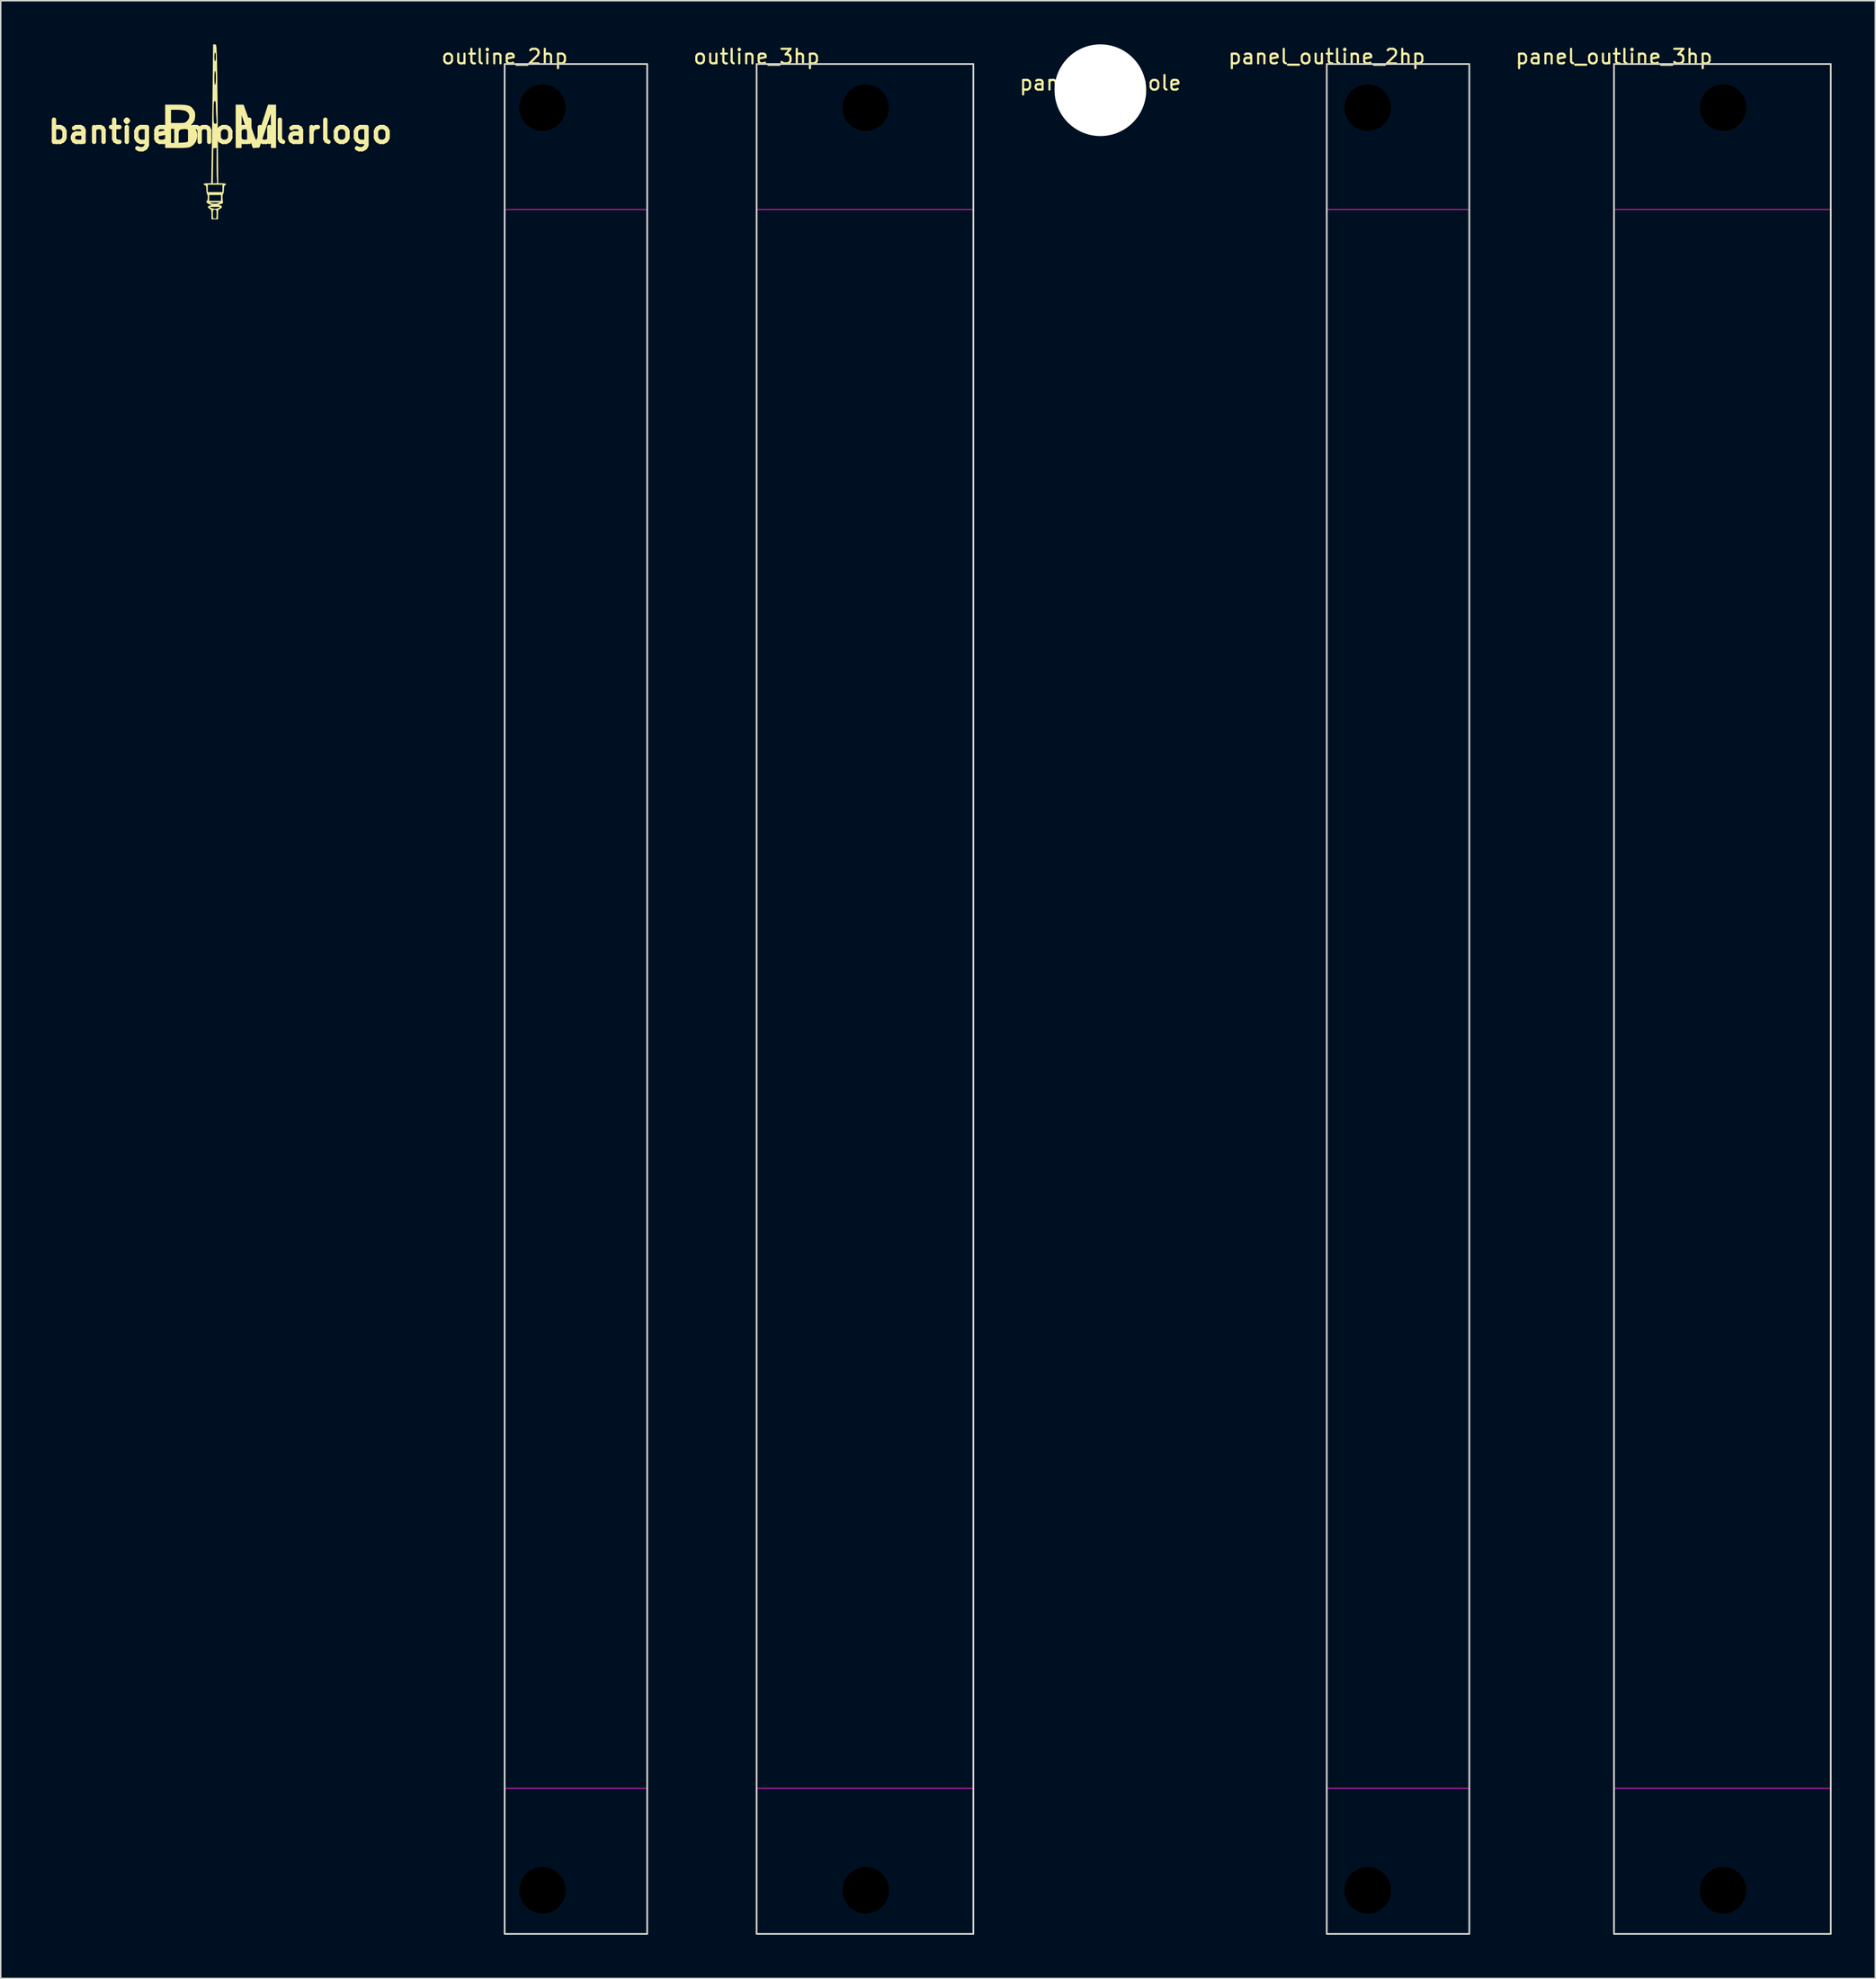
<source format=kicad_pcb>
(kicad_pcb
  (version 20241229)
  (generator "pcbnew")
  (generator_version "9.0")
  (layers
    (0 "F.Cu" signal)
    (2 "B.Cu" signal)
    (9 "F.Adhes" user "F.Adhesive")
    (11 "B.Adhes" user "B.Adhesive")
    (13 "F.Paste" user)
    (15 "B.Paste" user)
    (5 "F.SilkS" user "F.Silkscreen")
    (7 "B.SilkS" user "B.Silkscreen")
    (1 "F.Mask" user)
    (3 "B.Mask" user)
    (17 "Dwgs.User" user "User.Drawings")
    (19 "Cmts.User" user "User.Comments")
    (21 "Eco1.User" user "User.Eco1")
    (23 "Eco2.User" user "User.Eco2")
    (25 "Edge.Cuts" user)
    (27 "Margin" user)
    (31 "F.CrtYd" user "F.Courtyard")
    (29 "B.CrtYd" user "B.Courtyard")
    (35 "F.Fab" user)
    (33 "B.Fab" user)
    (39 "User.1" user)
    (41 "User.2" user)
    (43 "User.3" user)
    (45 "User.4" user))
  (footprint "panel_outline_2hp"
    (layer "F.Cu")
    (at 88.15 1.348)
    (property "Reference" "panel_outline_2hp" (at 0 -0.5 0) (unlocked yes) (layer "F.SilkS") (effects (font (size 1 1) (thickness 0.15))))
    (fp_rect (start 0 0) (end 9.8 128.5) (stroke (width 0.12) (type solid)) (fill no) (layer "Edge.Cuts"))
    (fp_rect (start 0 10) (end 9.8 118.5) (stroke (width 0.05) (type solid)) (fill no) (layer "F.CrtYd"))
    (pad "" np_thru_hole circle (at 2.82 3) (size 3.2 3.2) (drill oval 4 3.2) (layers "*.Mask"))
    (pad "" np_thru_hole circle (at 2.82 125.5) (size 3.2 3.2) (drill oval 4 3.2) (layers "*.Mask")))
  (footprint "outline_3hp"
    (layer "F.Cu")
    (at 48.958 1.348)
    (property "Reference" "outline_3hp" (at 0 -0.5 0) (unlocked yes) (layer "F.SilkS") (effects (font (size 1 1) (thickness 0.15))))
    (fp_rect (start 0 0) (end 14.9 128.5) (stroke (width 0.12) (type solid)) (fill no) (layer "Edge.Cuts"))
    (fp_rect (start 0 10) (end 14.9 118.5) (stroke (width 0.05) (type solid)) (fill no) (layer "F.CrtYd"))
    (pad "" np_thru_hole circle (at 7.5 3) (size 3.2 3.2) (drill oval 4.2 3.2) (layers "*.Mask"))
    (pad "" np_thru_hole circle (at 7.5 125.5) (size 3.2 3.2) (drill oval 4.2 3.2) (layers "*.Mask")))
  (footprint "outline_2hp"
    (layer "F.Cu")
    (at 31.639 1.348)
    (property "Reference" "outline_2hp" (at 0 -0.5 0) (unlocked yes) (layer "F.SilkS") (effects (font (size 1 1) (thickness 0.15))))
    (fp_rect (start 0 0) (end 9.8 128.5) (stroke (width 0.12) (type solid)) (fill no) (layer "Edge.Cuts"))
    (fp_rect (start 0 10) (end 9.8 118.5) (stroke (width 0.05) (type solid)) (fill no) (layer "F.CrtYd"))
    (pad "" np_thru_hole circle (at 2.6 3) (size 3.2 3.2) (drill oval 4 3.2) (layers "*.Mask"))
    (pad "" np_thru_hole circle (at 2.6 125.5) (size 3.2 3.2) (drill oval 4 3.2) (layers "*.Mask")))
  (footprint "panel_outline_3hp"
    (layer "F.Cu")
    (at 107.897 1.348)
    (property "Reference" "panel_outline_3hp" (at 0 -0.5 0) (unlocked yes) (layer "F.SilkS") (effects (font (size 1 1) (thickness 0.15))))
    (fp_rect (start 0 0) (end 14.9 128.5) (stroke (width 0.12) (type solid)) (fill no) (layer "Edge.Cuts"))
    (fp_rect (start 0 10) (end 14.9 118.5) (stroke (width 0.05) (type solid)) (fill no) (layer "F.CrtYd"))
    (pad "" np_thru_hole circle (at 7.5 3) (size 3.2 3.2) (drill oval 4.2 3.2) (layers "*.Mask"))
    (pad "" np_thru_hole circle (at 7.5 125.5) (size 3.2 3.2) (drill oval 4.2 3.2) (layers "*.Mask")))
  (footprint "bantigermodularlogo"
    (layer "F.Cu")
    (at 12.09 6.009)
    (property "Reference" "bantigermodularlogo" (at 0 0 0) (layer "F.SilkS") (effects (font (size 1.524 1.524) (thickness 0.3))))
    (attr board_only exclude_from_pos_files exclude_from_bom)
    (fp_poly (pts (xy 1.806 -1.3) (xy 1.904 -1.019) (xy 2.018 -0.686) (xy 2.133 -0.344) (xy 2.226 -0.064) (xy 2.307 0.173) (xy 2.38 0.368) (xy 2.437 0.505) (xy 2.473 0.566) (xy 2.479 0.567) (xy 2.503 0.511) (xy 2.553 0.372) (xy 2.625 0.163) (xy 2.714 -0.102) (xy 2.814 -0.409) (xy 2.899 -0.669) (xy 3.285 -1.868) (xy 3.838 -1.868) (xy 3.838 1.111) (xy 3.484 1.111) (xy 3.48 -0.063) (xy 3.476 -1.237) (xy 3.085 -0.076) (xy 2.694 1.086) (xy 2.467 1.101) (xy 2.24 1.116) (xy 1.471 -1.136) (xy 1.468 -0.013) (xy 1.464 1.111) (xy 1.06 1.111) (xy 1.06 -1.868) (xy 1.605 -1.868)) (stroke (width 0) (type solid)) (fill yes) (layer "F.SilkS"))
    (fp_poly (pts (xy -3.042 -1.868) (xy -2.692 -1.864) (xy -2.425 -1.848) (xy -2.226 -1.815) (xy -2.077 -1.76) (xy -1.961 -1.678) (xy -1.863 -1.566) (xy -1.827 -1.515) (xy -1.756 -1.389) (xy -1.726 -1.26) (xy -1.726 -1.084) (xy -1.728 -1.048) (xy -1.752 -0.856) (xy -1.803 -0.721) (xy -1.896 -0.6) (xy -1.897 -0.599) (xy -1.984 -0.495) (xy -2.002 -0.438) (xy -1.97 -0.414) (xy -1.886 -0.362) (xy -1.777 -0.269) (xy -1.759 -0.252) (xy -1.629 -0.056) (xy -1.575 0.178) (xy -1.592 0.425) (xy -1.674 0.664) (xy -1.818 0.871) (xy -2.019 1.021) (xy -2.021 1.022) (xy -2.107 1.057) (xy -2.217 1.082) (xy -2.367 1.098) (xy -2.575 1.107) (xy -2.86 1.111) (xy -2.992 1.111) (xy -3.787 1.111) (xy -3.787 0.766) (xy -3.383 0.766) (xy -2.829 0.749) (xy -2.582 0.74) (xy -2.414 0.727) (xy -2.304 0.706) (xy -2.229 0.673) (xy -2.167 0.622) (xy -2.151 0.606) (xy -2.036 0.425) (xy -2.007 0.223) (xy -2.064 0.029) (xy -2.144 -0.078) (xy -2.205 -0.133) (xy -2.271 -0.168) (xy -2.366 -0.189) (xy -2.51 -0.199) (xy -2.725 -0.202) (xy -2.826 -0.202) (xy -3.383 -0.202) (xy -3.383 0.766) (xy -3.787 0.766) (xy -3.787 -0.606) (xy -3.383 -0.606) (xy -2.9 -0.606) (xy -2.674 -0.608) (xy -2.524 -0.616) (xy -2.425 -0.637) (xy -2.352 -0.677) (xy -2.28 -0.742) (xy -2.268 -0.754) (xy -2.148 -0.931) (xy -2.122 -1.112) (xy -2.186 -1.279) (xy -2.336 -1.412) (xy -2.401 -1.443) (xy -2.548 -1.481) (xy -2.759 -1.507) (xy -2.978 -1.515) (xy -3.383 -1.515) (xy -3.383 -0.606) (xy -3.787 -0.606) (xy -3.787 -1.868)) (stroke (width 0) (type solid)) (fill yes) (layer "F.SilkS"))
    (fp_poly (pts (xy -0.334 -6.005) (xy -0.303 -5.984) (xy -0.281 -5.93) (xy -0.265 -5.828) (xy -0.253 -5.663) (xy -0.241 -5.42) (xy -0.234 -5.264) (xy -0.229 -5.094) (xy -0.223 -4.833) (xy -0.217 -4.49) (xy -0.21 -4.074) (xy -0.203 -3.596) (xy -0.196 -3.065) (xy -0.189 -2.489) (xy -0.183 -1.88) (xy -0.177 -1.246) (xy -0.171 -0.597) (xy -0.17 -0.492) (xy -0.137 3.535) (xy 0.133 3.535) (xy 0.296 3.547) (xy 0.39 3.578) (xy 0.403 3.621) (xy 0.328 3.668) (xy 0.279 3.724) (xy 0.256 3.855) (xy 0.252 3.966) (xy 0.243 4.124) (xy 0.217 4.237) (xy 0.196 4.271) (xy 0.163 4.347) (xy 0.159 4.514) (xy 0.166 4.606) (xy 0.193 4.907) (xy 0.033 4.963) (xy -0.071 5.002) (xy -0.086 5.024) (xy -0.018 5.045) (xy 0 5.049) (xy 0.103 5.103) (xy 0.115 5.18) (xy 0.038 5.264) (xy -0.013 5.292) (xy -0.088 5.335) (xy -0.13 5.393) (xy -0.148 5.494) (xy -0.151 5.665) (xy -0.151 5.684) (xy -0.151 6.009) (xy -0.606 6.009) (xy -0.606 5.68) (xy -0.606 5.656) (xy -0.505 5.656) (xy -0.502 5.824) (xy -0.488 5.914) (xy -0.451 5.951) (xy -0.383 5.959) (xy -0.379 5.959) (xy -0.309 5.952) (xy -0.271 5.917) (xy -0.256 5.83) (xy -0.252 5.666) (xy -0.252 5.656) (xy -0.255 5.488) (xy -0.27 5.397) (xy -0.306 5.36) (xy -0.374 5.353) (xy -0.379 5.353) (xy -0.449 5.359) (xy -0.486 5.394) (xy -0.502 5.482) (xy -0.505 5.645) (xy -0.505 5.656) (xy -0.606 5.656) (xy -0.609 5.5) (xy -0.626 5.393) (xy -0.663 5.334) (xy -0.731 5.293) (xy -0.732 5.293) (xy -0.837 5.217) (xy -0.841 5.178) (xy -0.716 5.178) (xy -0.684 5.203) (xy -0.631 5.228) (xy -0.391 5.294) (xy -0.17 5.26) (xy -0.101 5.226) (xy -0.046 5.191) (xy -0.044 5.17) (xy -0.108 5.159) (xy -0.251 5.156) (xy -0.379 5.157) (xy -0.575 5.159) (xy -0.684 5.165) (xy -0.716 5.178) (xy -0.841 5.178) (xy -0.845 5.14) (xy -0.758 5.079) (xy -0.72 5.067) (xy -0.582 5.033) (xy -0.758 4.974) (xy -0.864 4.919) (xy -0.89 4.893) (xy -0.691 4.893) (xy -0.682 4.898) (xy -0.565 4.927) (xy -0.408 4.941) (xy -0.379 4.942) (xy -0.221 4.931) (xy -0.092 4.904) (xy -0.076 4.898) (xy -0.062 4.875) (xy -0.148 4.861) (xy -0.335 4.855) (xy -0.379 4.855) (xy -0.583 4.859) (xy -0.687 4.872) (xy -0.691 4.893) (xy -0.89 4.893) (xy -0.938 4.847) (xy -0.965 4.782) (xy -0.929 4.748) (xy -0.913 4.747) (xy -0.757 4.747) (xy 0.05 4.747) (xy 0.05 4.343) (xy -0.757 4.343) (xy -0.757 4.747) (xy -0.913 4.747) (xy -0.88 4.703) (xy -0.862 4.596) (xy -0.86 4.464) (xy -0.874 4.343) (xy -0.904 4.271) (xy -0.909 4.267) (xy -0.937 4.203) (xy -0.946 4.141) (xy -0.858 4.141) (xy 0.151 4.141) (xy 0.151 3.636) (xy -0.858 3.636) (xy -0.858 4.141) (xy -0.946 4.141) (xy -0.956 4.071) (xy -0.959 3.964) (xy -0.966 3.801) (xy -0.99 3.711) (xy -1.042 3.668) (xy -1.06 3.661) (xy -1.151 3.617) (xy -1.15 3.577) (xy -1.065 3.547) (xy -0.904 3.535) (xy -0.891 3.535) (xy -0.62 3.535) (xy -0.507 3.535) (xy -0.348 3.535) (xy -0.24 3.527) (xy -0.207 3.482) (xy -0.221 3.377) (xy -0.23 3.28) (xy -0.239 3.099) (xy -0.246 2.853) (xy -0.25 2.56) (xy -0.252 2.238) (xy -0.252 2.162) (xy -0.252 1.104) (xy -0.366 1.12) (xy -0.48 1.136) (xy -0.507 3.535) (xy -0.62 3.535) (xy -0.588 1.603) (xy -0.581 1.159) (xy -0.573 0.633) (xy -0.564 0.045) (xy -0.556 -0.586) (xy -0.547 -1.24) (xy -0.546 -1.338) (xy -0.454 -1.338) (xy -0.454 -1.042) (xy -0.451 -0.832) (xy -0.444 -0.693) (xy -0.43 -0.611) (xy -0.408 -0.57) (xy -0.375 -0.557) (xy -0.346 -0.555) (xy -0.293 -0.561) (xy -0.263 -0.59) (xy -0.253 -0.662) (xy -0.257 -0.799) (xy -0.27 -0.972) (xy -0.286 -1.232) (xy -0.298 -1.513) (xy -0.303 -1.755) (xy -0.303 -1.755) (xy -0.307 -1.951) (xy -0.322 -2.064) (xy -0.352 -2.114) (xy -0.379 -2.121) (xy -0.408 -2.107) (xy -0.429 -2.057) (xy -0.442 -1.957) (xy -0.45 -1.793) (xy -0.454 -1.551) (xy -0.454 -1.338) (xy -0.546 -1.338) (xy -0.539 -1.899) (xy -0.531 -2.543) (xy -0.524 -3.152) (xy -0.523 -3.169) (xy -0.517 -3.712) (xy -0.404 -3.712) (xy -0.399 -3.485) (xy -0.385 -3.323) (xy -0.364 -3.239) (xy -0.353 -3.232) (xy -0.33 -3.28) (xy -0.313 -3.413) (xy -0.304 -3.616) (xy -0.303 -3.712) (xy -0.308 -3.938) (xy -0.322 -4.1) (xy -0.343 -4.184) (xy -0.353 -4.191) (xy -0.377 -4.143) (xy -0.394 -4.01) (xy -0.403 -3.807) (xy -0.404 -3.712) (xy -0.517 -3.712) (xy -0.501 -5.151) (xy -0.404 -5.151) (xy -0.396 -4.989) (xy -0.376 -4.88) (xy -0.353 -4.848) (xy -0.327 -4.894) (xy -0.308 -5.014) (xy -0.303 -5.151) (xy -0.311 -5.312) (xy -0.331 -5.421) (xy -0.353 -5.454) (xy -0.38 -5.408) (xy -0.399 -5.288) (xy -0.404 -5.151) (xy -0.501 -5.151) (xy -0.491 -6.009) (xy -0.378 -6.009)) (stroke (width 0) (type solid)) (fill yes) (layer "F.SilkS")))
  (footprint "panel_jackhole"
    (layer "F.Cu")
    (at 72.59 3.15)
    (property "Reference" "panel_jackhole" (at 0 -0.5 0) (unlocked yes) (layer "F.SilkS") (effects (font (size 1 1) (thickness 0.15))))
    (attr smd)
    (pad "" np_thru_hole circle (at 0 0) (size 6.3 6.3) (drill 6.3) (layers "*.Cu")))
  (gr_rect
    (start -3 -3)
    (end 125.857 132.908)
    (stroke (width 0.1) (type default))
    (fill no)
    (layer "Edge.Cuts")))
</source>
